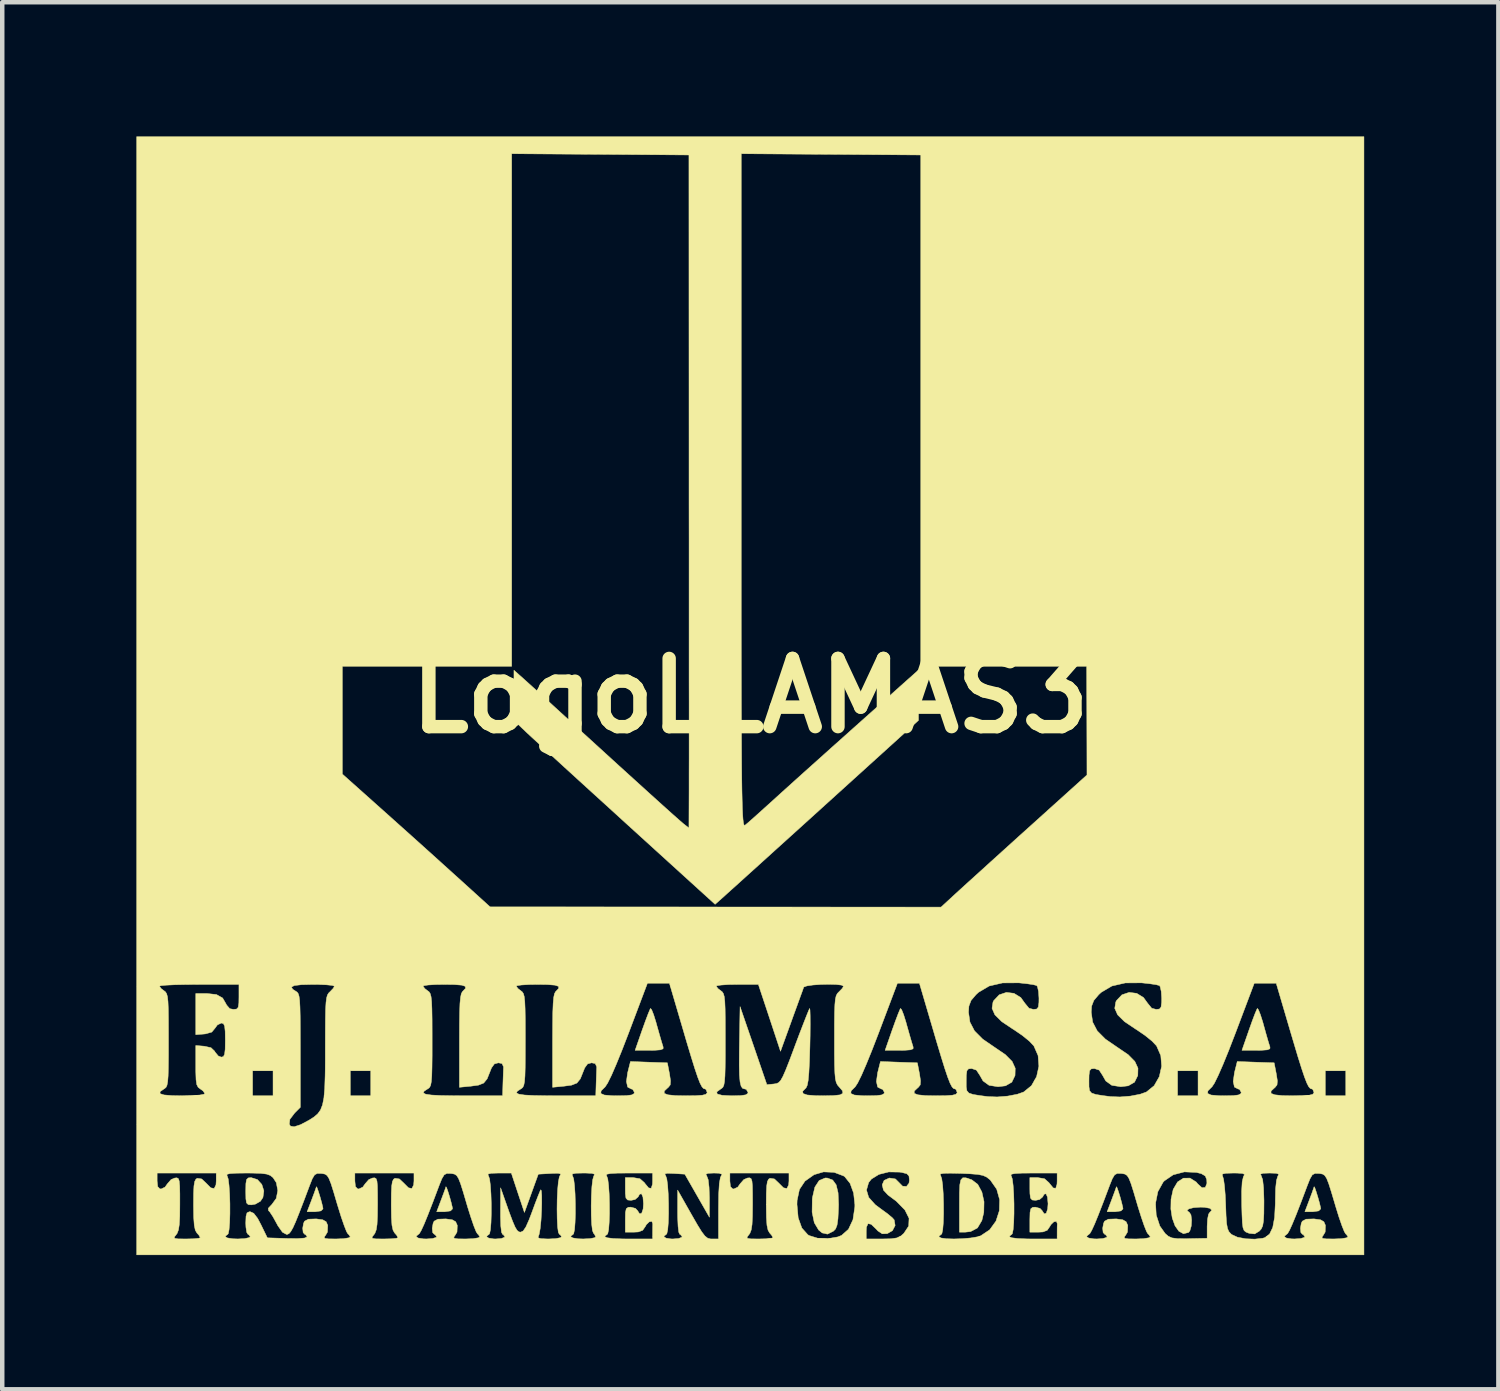
<source format=kicad_pcb>
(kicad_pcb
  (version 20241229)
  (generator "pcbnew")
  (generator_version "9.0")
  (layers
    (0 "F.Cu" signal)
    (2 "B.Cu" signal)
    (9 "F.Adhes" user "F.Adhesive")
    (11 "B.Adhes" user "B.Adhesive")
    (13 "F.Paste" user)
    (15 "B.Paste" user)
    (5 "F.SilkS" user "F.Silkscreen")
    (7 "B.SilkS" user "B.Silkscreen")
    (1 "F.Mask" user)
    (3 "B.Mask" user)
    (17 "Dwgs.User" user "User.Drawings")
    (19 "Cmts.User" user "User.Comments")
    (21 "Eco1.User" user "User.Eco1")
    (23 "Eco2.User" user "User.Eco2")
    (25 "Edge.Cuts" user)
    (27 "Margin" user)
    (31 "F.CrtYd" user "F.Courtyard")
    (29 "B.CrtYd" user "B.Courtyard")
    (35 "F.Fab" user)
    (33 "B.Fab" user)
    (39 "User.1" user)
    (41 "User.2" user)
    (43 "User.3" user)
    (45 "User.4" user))
  (footprint "LogoLLAMAS3"
    (layer "F.Cu")
    (at 13.721 12.502)
    (property "Reference" "LogoLLAMAS3" (at 0 0 0) (layer "F.SilkS") (effects (font (size 1.524 1.524) (thickness 0.3))))
    (attr through_hole)
    (fp_poly (pts (xy -9.685 10.993) (xy -9.654 11.081) (xy -9.616 11.204) (xy -9.58 11.332) (xy -9.556 11.433) (xy -9.551 11.468) (xy -9.597 11.514) (xy -9.721 11.532) (xy -9.728 11.532) (xy -9.906 11.532) (xy -9.804 11.265) (xy -9.748 11.115) (xy -9.71 11.007) (xy -9.699 10.973) (xy -9.685 10.993)) (stroke (width 0.01) (type solid)) (fill yes) (layer "F.SilkS"))
    (fp_poly (pts (xy -6.789 10.993) (xy -6.758 11.081) (xy -6.72 11.204) (xy -6.685 11.332) (xy -6.661 11.433) (xy -6.656 11.468) (xy -6.701 11.514) (xy -6.826 11.532) (xy -6.832 11.532) (xy -7.01 11.532) (xy -6.909 11.265) (xy -6.853 11.115) (xy -6.814 11.007) (xy -6.804 10.973) (xy -6.789 10.993)) (stroke (width 0.01) (type solid)) (fill yes) (layer "F.SilkS"))
    (fp_poly (pts (xy 8.197 10.993) (xy 8.228 11.081) (xy 8.266 11.204) (xy 8.301 11.332) (xy 8.325 11.433) (xy 8.33 11.468) (xy 8.285 11.514) (xy 8.16 11.532) (xy 8.154 11.532) (xy 7.976 11.532) (xy 8.077 11.265) (xy 8.133 11.115) (xy 8.172 11.007) (xy 8.182 10.973) (xy 8.197 10.993)) (stroke (width 0.01) (type solid)) (fill yes) (layer "F.SilkS"))
    (fp_poly (pts (xy 12.616 10.993) (xy 12.647 11.081) (xy 12.685 11.204) (xy 12.721 11.332) (xy 12.745 11.433) (xy 12.75 11.468) (xy 12.704 11.514) (xy 12.58 11.532) (xy 12.573 11.532) (xy 12.396 11.532) (xy 12.497 11.265) (xy 12.553 11.115) (xy 12.591 11.007) (xy 12.602 10.973) (xy 12.616 10.993)) (stroke (width 0.01) (type solid)) (fill yes) (layer "F.SilkS"))
    (fp_poly (pts (xy -11.018 10.813) (xy -10.919 10.922) (xy -10.873 11.067) (xy -10.894 11.214) (xy -10.951 11.299) (xy -11.064 11.363) (xy -11.154 11.379) (xy -11.223 11.372) (xy -11.26 11.336) (xy -11.275 11.245) (xy -11.278 11.078) (xy -11.278 11.074) (xy -11.275 10.905) (xy -11.26 10.814) (xy -11.223 10.777) (xy -11.158 10.77) (xy -11.018 10.813)) (stroke (width 0.01) (type solid)) (fill yes) (layer "F.SilkS"))
    (fp_poly (pts (xy 4.82 10.775) (xy 4.925 10.81) (xy 4.952 10.82) (xy 5.084 10.921) (xy 5.176 11.092) (xy 5.224 11.309) (xy 5.219 11.546) (xy 5.176 11.728) (xy 5.078 11.894) (xy 4.924 11.976) (xy 4.804 11.989) (xy 4.674 11.989) (xy 4.674 11.379) (xy 4.675 11.11) (xy 4.683 10.928) (xy 4.706 10.821) (xy 4.749 10.774) (xy 4.82 10.775)) (stroke (width 0.01) (type solid)) (fill yes) (layer "F.SilkS"))
    (fp_poly (pts (xy -2.204 7.02) (xy -2.161 7.129) (xy -2.109 7.295) (xy -2.089 7.368) (xy -2.033 7.566) (xy -1.985 7.732) (xy -1.953 7.836) (xy -1.948 7.851) (xy -1.95 7.891) (xy -2.009 7.914) (xy -2.141 7.924) (xy -2.247 7.925) (xy -2.575 7.925) (xy -2.417 7.471) (xy -2.345 7.271) (xy -2.284 7.11) (xy -2.242 7.009) (xy -2.23 6.988) (xy -2.204 7.02)) (stroke (width 0.01) (type solid)) (fill yes) (layer "F.SilkS"))
    (fp_poly (pts (xy 3.384 7.02) (xy 3.427 7.129) (xy 3.479 7.295) (xy 3.499 7.368) (xy 3.555 7.566) (xy 3.603 7.732) (xy 3.635 7.836) (xy 3.64 7.851) (xy 3.638 7.891) (xy 3.579 7.914) (xy 3.447 7.924) (xy 3.341 7.925) (xy 3.013 7.925) (xy 3.171 7.471) (xy 3.243 7.271) (xy 3.304 7.11) (xy 3.346 7.009) (xy 3.358 6.988) (xy 3.384 7.02)) (stroke (width 0.01) (type solid)) (fill yes) (layer "F.SilkS"))
    (fp_poly (pts (xy 11.359 7.02) (xy 11.402 7.129) (xy 11.455 7.295) (xy 11.475 7.368) (xy 11.53 7.566) (xy 11.578 7.732) (xy 11.61 7.836) (xy 11.616 7.851) (xy 11.613 7.891) (xy 11.555 7.914) (xy 11.423 7.924) (xy 11.317 7.925) (xy 10.989 7.925) (xy 11.147 7.471) (xy 11.218 7.271) (xy 11.279 7.11) (xy 11.322 7.009) (xy 11.334 6.988) (xy 11.359 7.02)) (stroke (width 0.01) (type solid)) (fill yes) (layer "F.SilkS"))
    (fp_poly (pts (xy 1.723 10.78) (xy 1.841 10.824) (xy 1.919 10.931) (xy 1.962 11.111) (xy 1.973 11.375) (xy 1.97 11.472) (xy 1.959 11.691) (xy 1.939 11.831) (xy 1.906 11.917) (xy 1.857 11.967) (xy 1.724 12.033) (xy 1.606 12.006) (xy 1.527 11.941) (xy 1.43 11.778) (xy 1.381 11.542) (xy 1.385 11.251) (xy 1.389 11.215) (xy 1.443 10.982) (xy 1.539 10.835) (xy 1.674 10.778) (xy 1.723 10.78)) (stroke (width 0.01) (type solid)) (fill yes) (layer "F.SilkS"))
    (fp_poly (pts (xy 13.716 12.497) (xy -13.716 12.497) (xy -13.716 10.668) (xy -13.259 10.668) (xy -13.259 10.846) (xy -13.246 10.971) (xy -13.199 11.02) (xy -13.169 11.024) (xy -13.082 10.982) (xy -13.03 10.909) (xy -12.947 10.814) (xy -12.865 10.779) (xy -12.817 10.775) (xy -12.784 10.793) (xy -12.765 10.847) (xy -12.755 10.955) (xy -12.751 11.134) (xy -12.751 11.359) (xy -12.753 11.629) (xy -12.763 11.816) (xy -12.782 11.939) (xy -12.812 12.017) (xy -12.835 12.048) (xy -12.875 12.099) (xy -12.866 12.127) (xy -12.792 12.139) (xy -12.636 12.141) (xy -12.606 12.141) (xy -12.443 12.137) (xy -12.33 12.126) (xy -12.294 12.112) (xy -12.306 12.09) (xy -11.735 12.09) (xy -11.689 12.118) (xy -11.57 12.137) (xy -11.455 12.141) (xy -11.302 12.133) (xy -11.201 12.111) (xy -11.176 12.09) (xy -11.215 12.041) (xy -11.227 12.04) (xy -11.256 11.994) (xy -11.274 11.877) (xy -11.278 11.786) (xy -11.272 11.633) (xy -11.249 11.557) (xy -11.199 11.533) (xy -11.178 11.532) (xy -11.1 11.567) (xy -11.013 11.68) (xy -10.937 11.824) (xy -10.795 12.116) (xy -10.351 12.13) (xy -10.116 12.132) (xy -9.965 12.121) (xy -9.907 12.096) (xy -9.906 12.092) (xy -9.943 12.041) (xy -9.957 12.04) (xy -9.995 11.998) (xy -10.005 11.901) (xy -9.986 11.792) (xy -9.964 11.744) (xy -9.878 11.699) (xy -9.71 11.693) (xy -9.7 11.693) (xy -9.556 11.713) (xy -9.481 11.756) (xy -9.446 11.836) (xy -9.452 11.987) (xy -9.49 12.052) (xy -9.524 12.101) (xy -9.51 12.128) (xy -9.429 12.139) (xy -9.265 12.141) (xy -9.253 12.141) (xy -9.09 12.134) (xy -8.977 12.116) (xy -8.941 12.095) (xy -8.98 12.036) (xy -8.992 12.031) (xy -9.024 11.979) (xy -9.076 11.847) (xy -9.143 11.654) (xy -9.216 11.419) (xy -9.236 11.354) (xy -9.314 11.089) (xy -9.372 10.906) (xy -9.418 10.789) (xy -9.46 10.723) (xy -9.506 10.692) (xy -9.565 10.68) (xy -9.587 10.678) (xy -9.678 10.676) (xy -9.739 10.708) (xy -9.791 10.795) (xy -9.847 10.937) (xy -9.98 11.291) (xy -10.084 11.56) (xy -10.163 11.757) (xy -10.224 11.892) (xy -10.272 11.976) (xy -10.311 12.021) (xy -10.347 12.038) (xy -10.366 12.04) (xy -10.457 11.991) (xy -10.56 11.845) (xy -10.59 11.789) (xy -10.67 11.644) (xy -10.739 11.539) (xy -10.77 11.506) (xy -10.775 11.456) (xy -10.7 11.376) (xy -10.695 11.371) (xy -10.596 11.235) (xy -10.562 11.059) (xy -10.595 10.882) (xy -10.668 10.77) (xy -10.729 10.721) (xy -10.812 10.691) (xy -10.938 10.675) (xy -11.132 10.669) (xy -11.262 10.668) (xy -8.839 10.668) (xy -8.839 10.846) (xy -8.826 10.971) (xy -8.779 11.02) (xy -8.75 11.024) (xy -8.662 10.982) (xy -8.61 10.909) (xy -8.527 10.814) (xy -8.445 10.779) (xy -8.397 10.775) (xy -8.365 10.793) (xy -8.345 10.847) (xy -8.335 10.955) (xy -8.332 11.134) (xy -8.331 11.359) (xy -8.334 11.629) (xy -8.343 11.816) (xy -8.362 11.939) (xy -8.392 12.017) (xy -8.415 12.048) (xy -8.455 12.099) (xy -8.446 12.127) (xy -8.372 12.139) (xy -8.216 12.141) (xy -8.187 12.141) (xy -8.024 12.137) (xy -7.91 12.126) (xy -7.874 12.112) (xy -7.886 12.09) (xy -7.468 12.09) (xy -7.422 12.121) (xy -7.307 12.139) (xy -7.239 12.141) (xy -7.103 12.131) (xy -7.021 12.106) (xy -7.01 12.09) (xy -7.049 12.041) (xy -7.061 12.04) (xy -7.1 11.998) (xy -7.11 11.901) (xy -7.09 11.792) (xy -7.068 11.744) (xy -6.983 11.699) (xy -6.814 11.693) (xy -6.804 11.693) (xy -6.66 11.713) (xy -6.586 11.756) (xy -6.55 11.836) (xy -6.556 11.987) (xy -6.594 12.052) (xy -6.629 12.101) (xy -6.614 12.128) (xy -6.533 12.139) (xy -6.369 12.141) (xy -6.358 12.141) (xy -6.195 12.134) (xy -6.082 12.116) (xy -6.045 12.095) (xy -6.048 12.09) (xy -5.893 12.09) (xy -5.848 12.122) (xy -5.735 12.14) (xy -5.69 12.141) (xy -5.562 12.13) (xy -5.492 12.102) (xy -5.486 12.09) (xy -5.525 12.041) (xy -5.537 12.04) (xy -5.561 11.991) (xy -5.577 11.855) (xy -5.584 11.643) (xy -5.584 11.519) (xy -5.581 10.998) (xy -5.483 11.278) (xy -5.385 11.555) (xy -5.312 11.749) (xy -5.257 11.876) (xy -5.213 11.949) (xy -5.173 11.982) (xy -5.133 11.989) (xy -5.077 11.962) (xy -5.017 11.874) (xy -4.944 11.71) (xy -4.881 11.544) (xy -4.807 11.343) (xy -4.742 11.175) (xy -4.697 11.065) (xy -4.685 11.041) (xy -4.671 11.063) (xy -4.663 11.168) (xy -4.662 11.338) (xy -4.666 11.498) (xy -4.678 11.722) (xy -4.697 11.91) (xy -4.72 12.039) (xy -4.735 12.078) (xy -4.744 12.115) (xy -4.683 12.134) (xy -4.538 12.141) (xy -4.502 12.141) (xy -4.347 12.133) (xy -4.243 12.112) (xy -4.216 12.09) (xy -4.013 12.09) (xy -3.967 12.118) (xy -3.849 12.137) (xy -3.734 12.141) (xy -3.581 12.133) (xy -3.479 12.113) (xy -3.454 12.093) (xy -3.456 12.09) (xy -3.251 12.09) (xy -3.203 12.114) (xy -3.067 12.131) (xy -2.857 12.14) (xy -2.718 12.141) (xy -2.184 12.141) (xy -2.184 12.09) (xy -1.93 12.09) (xy -1.885 12.122) (xy -1.773 12.14) (xy -1.727 12.141) (xy -1.6 12.13) (xy -1.529 12.102) (xy -1.524 12.09) (xy -1.563 12.041) (xy -1.575 12.04) (xy -1.599 11.991) (xy -1.615 11.857) (xy -1.624 11.65) (xy -1.625 11.544) (xy -1.624 11.049) (xy -1.315 11.595) (xy -1.183 11.825) (xy -1.087 11.98) (xy -1.015 12.074) (xy -0.954 12.123) (xy -0.893 12.14) (xy -0.859 12.141) (xy -0.711 12.141) (xy -0.711 11.466) (xy -0.707 11.136) (xy -0.693 10.904) (xy -0.669 10.767) (xy -0.65 10.729) (xy -0.633 10.691) (xy -0.692 10.672) (xy -0.813 10.668) (xy -0.457 10.668) (xy -0.457 10.846) (xy -0.444 10.971) (xy -0.397 11.02) (xy -0.368 11.024) (xy -0.28 10.982) (xy -0.228 10.909) (xy -0.145 10.814) (xy -0.064 10.779) (xy -0.015 10.775) (xy 0.017 10.793) (xy 0.037 10.847) (xy 0.047 10.955) (xy 0.05 11.134) (xy 0.051 11.359) (xy 0.048 11.629) (xy 0.039 11.816) (xy 0.02 11.939) (xy -0.01 12.017) (xy -0.033 12.048) (xy -0.073 12.099) (xy -0.064 12.127) (xy 0.01 12.139) (xy 0.166 12.141) (xy 0.195 12.141) (xy 0.358 12.137) (xy 0.472 12.126) (xy 0.508 12.112) (xy 0.476 12.057) (xy 0.432 12.007) (xy 0.396 11.945) (xy 0.372 11.834) (xy 0.36 11.656) (xy 0.356 11.396) (xy 0.356 11.374) (xy 0.356 11.368) (xy 1.043 11.368) (xy 1.07 11.668) (xy 1.152 11.897) (xy 1.286 12.047) (xy 1.315 12.065) (xy 1.505 12.124) (xy 1.734 12.134) (xy 1.953 12.096) (xy 2.039 12.062) (xy 2.151 11.963) (xy 2.591 11.963) (xy 2.591 12.141) (xy 2.949 12.141) (xy 3.146 12.137) (xy 3.274 12.118) (xy 3.332 12.09) (xy 4.216 12.09) (xy 4.262 12.119) (xy 4.383 12.136) (xy 4.551 12.141) (xy 4.741 12.135) (xy 4.926 12.119) (xy 5.08 12.093) (xy 5.087 12.09) (xy 5.791 12.09) (xy 5.84 12.114) (xy 5.976 12.131) (xy 6.186 12.14) (xy 6.325 12.141) (xy 6.858 12.141) (xy 6.858 12.09) (xy 7.518 12.09) (xy 7.564 12.121) (xy 7.679 12.139) (xy 7.747 12.141) (xy 7.883 12.131) (xy 7.965 12.106) (xy 7.976 12.09) (xy 7.937 12.041) (xy 7.925 12.04) (xy 7.886 11.998) (xy 7.876 11.901) (xy 7.896 11.792) (xy 7.918 11.744) (xy 8.003 11.699) (xy 8.172 11.693) (xy 8.182 11.693) (xy 8.326 11.713) (xy 8.4 11.756) (xy 8.436 11.836) (xy 8.43 11.987) (xy 8.392 12.052) (xy 8.357 12.101) (xy 8.372 12.128) (xy 8.453 12.139) (xy 8.617 12.141) (xy 8.628 12.141) (xy 8.791 12.134) (xy 8.904 12.116) (xy 8.941 12.095) (xy 8.902 12.036) (xy 8.89 12.031) (xy 8.858 11.979) (xy 8.805 11.847) (xy 8.739 11.654) (xy 8.665 11.419) (xy 8.646 11.354) (xy 8.642 11.341) (xy 9.058 11.341) (xy 9.073 11.606) (xy 9.153 11.851) (xy 9.273 12.02) (xy 9.344 12.081) (xy 9.424 12.117) (xy 9.542 12.133) (xy 9.725 12.135) (xy 9.802 12.134) (xy 10.211 12.126) (xy 10.211 11.857) (xy 10.22 11.7) (xy 10.242 11.589) (xy 10.262 11.557) (xy 10.315 11.499) (xy 10.274 11.456) (xy 10.148 11.433) (xy 10.061 11.43) (xy 9.909 11.441) (xy 9.803 11.468) (xy 9.76 11.503) (xy 9.799 11.538) (xy 9.809 11.542) (xy 9.849 11.601) (xy 9.864 11.718) (xy 9.856 11.851) (xy 9.825 11.959) (xy 9.797 11.995) (xy 9.682 12.024) (xy 9.579 11.968) (xy 9.493 11.846) (xy 9.431 11.674) (xy 9.4 11.471) (xy 9.404 11.253) (xy 9.451 11.038) (xy 9.454 11.03) (xy 9.55 10.867) (xy 9.682 10.782) (xy 9.828 10.781) (xy 9.966 10.868) (xy 10 10.909) (xy 10.095 10.996) (xy 10.17 10.989) (xy 10.206 10.898) (xy 10.202 10.815) (xy 10.169 10.732) (xy 10.151 10.722) (xy 10.549 10.722) (xy 10.556 10.732) (xy 10.578 10.806) (xy 10.599 10.958) (xy 10.616 11.165) (xy 10.625 11.371) (xy 10.634 11.623) (xy 10.646 11.794) (xy 10.666 11.905) (xy 10.696 11.976) (xy 10.742 12.027) (xy 10.763 12.044) (xy 10.889 12.102) (xy 11.074 12.137) (xy 11.276 12.145) (xy 11.454 12.125) (xy 11.504 12.11) (xy 11.529 12.09) (xy 11.938 12.09) (xy 11.983 12.121) (xy 12.098 12.139) (xy 12.167 12.141) (xy 12.303 12.131) (xy 12.385 12.106) (xy 12.395 12.09) (xy 12.357 12.041) (xy 12.344 12.04) (xy 12.306 11.998) (xy 12.296 11.901) (xy 12.315 11.792) (xy 12.338 11.744) (xy 12.423 11.699) (xy 12.591 11.693) (xy 12.601 11.693) (xy 12.746 11.713) (xy 12.82 11.756) (xy 12.855 11.836) (xy 12.849 11.987) (xy 12.811 12.052) (xy 12.777 12.101) (xy 12.792 12.128) (xy 12.872 12.139) (xy 13.037 12.141) (xy 13.048 12.141) (xy 13.211 12.134) (xy 13.324 12.116) (xy 13.36 12.095) (xy 13.321 12.036) (xy 13.31 12.031) (xy 13.278 11.979) (xy 13.225 11.847) (xy 13.158 11.654) (xy 13.085 11.419) (xy 13.066 11.354) (xy 12.987 11.089) (xy 12.929 10.906) (xy 12.883 10.789) (xy 12.841 10.723) (xy 12.795 10.692) (xy 12.736 10.68) (xy 12.715 10.678) (xy 12.623 10.676) (xy 12.562 10.708) (xy 12.511 10.795) (xy 12.454 10.937) (xy 12.312 11.314) (xy 12.2 11.602) (xy 12.114 11.81) (xy 12.052 11.947) (xy 12.009 12.021) (xy 11.985 12.04) (xy 11.939 12.078) (xy 11.938 12.09) (xy 11.529 12.09) (xy 11.606 12.032) (xy 11.677 11.885) (xy 11.719 11.658) (xy 11.735 11.343) (xy 11.735 11.29) (xy 11.741 11.018) (xy 11.761 10.83) (xy 11.792 10.733) (xy 11.796 10.729) (xy 11.811 10.692) (xy 11.753 10.673) (xy 11.608 10.668) (xy 11.608 10.668) (xy 11.462 10.673) (xy 11.404 10.692) (xy 11.42 10.729) (xy 11.42 10.729) (xy 11.452 10.816) (xy 11.472 11) (xy 11.481 11.275) (xy 11.481 11.331) (xy 11.479 11.577) (xy 11.47 11.742) (xy 11.452 11.849) (xy 11.42 11.918) (xy 11.378 11.965) (xy 11.274 12.028) (xy 11.154 12.016) (xy 11.136 12.01) (xy 11.077 11.986) (xy 11.037 11.952) (xy 11.012 11.888) (xy 10.998 11.777) (xy 10.99 11.598) (xy 10.984 11.385) (xy 10.982 11.076) (xy 10.994 10.864) (xy 11.021 10.75) (xy 11.028 10.739) (xy 11.046 10.699) (xy 11.004 10.677) (xy 10.885 10.669) (xy 10.795 10.668) (xy 10.631 10.673) (xy 10.554 10.689) (xy 10.549 10.722) (xy 10.151 10.722) (xy 10.08 10.681) (xy 9.972 10.654) (xy 9.701 10.642) (xy 9.453 10.707) (xy 9.255 10.842) (xy 9.227 10.872) (xy 9.109 11.085) (xy 9.058 11.341) (xy 8.642 11.341) (xy 8.568 11.089) (xy 8.51 10.906) (xy 8.464 10.789) (xy 8.422 10.723) (xy 8.375 10.692) (xy 8.316 10.68) (xy 8.295 10.678) (xy 8.203 10.676) (xy 8.143 10.708) (xy 8.091 10.795) (xy 8.034 10.937) (xy 7.892 11.314) (xy 7.78 11.602) (xy 7.695 11.81) (xy 7.632 11.947) (xy 7.589 12.021) (xy 7.566 12.04) (xy 7.52 12.078) (xy 7.518 12.09) (xy 6.858 12.09) (xy 6.858 11.989) (xy 6.859 11.868) (xy 6.862 11.8) (xy 6.842 11.747) (xy 6.784 11.758) (xy 6.719 11.821) (xy 6.698 11.858) (xy 6.637 11.947) (xy 6.541 11.984) (xy 6.443 11.989) (xy 6.248 11.989) (xy 6.248 11.709) (xy 6.252 11.549) (xy 6.27 11.466) (xy 6.312 11.434) (xy 6.37 11.43) (xy 6.475 11.458) (xy 6.521 11.506) (xy 6.57 11.581) (xy 6.615 11.565) (xy 6.646 11.471) (xy 6.655 11.354) (xy 6.642 11.205) (xy 6.61 11.131) (xy 6.567 11.141) (xy 6.535 11.201) (xy 6.467 11.259) (xy 6.377 11.278) (xy 6.301 11.27) (xy 6.263 11.228) (xy 6.25 11.127) (xy 6.248 11.024) (xy 6.248 10.77) (xy 6.425 10.77) (xy 6.576 10.795) (xy 6.676 10.884) (xy 6.685 10.897) (xy 6.771 11.001) (xy 6.827 11.008) (xy 6.855 10.918) (xy 6.858 10.846) (xy 6.858 10.668) (xy 6.314 10.668) (xy 6.07 10.67) (xy 5.914 10.679) (xy 5.836 10.694) (xy 5.824 10.719) (xy 5.832 10.729) (xy 5.856 10.8) (xy 5.874 10.942) (xy 5.887 11.134) (xy 5.894 11.352) (xy 5.894 11.573) (xy 5.888 11.774) (xy 5.875 11.933) (xy 5.856 12.025) (xy 5.842 12.04) (xy 5.793 12.078) (xy 5.791 12.09) (xy 5.087 12.09) (xy 5.149 12.071) (xy 5.35 11.937) (xy 5.491 11.742) (xy 5.566 11.51) (xy 5.573 11.264) (xy 5.507 11.028) (xy 5.365 10.825) (xy 5.354 10.815) (xy 5.284 10.759) (xy 5.203 10.722) (xy 5.088 10.699) (xy 4.914 10.685) (xy 4.708 10.676) (xy 4.473 10.671) (xy 4.327 10.674) (xy 4.254 10.686) (xy 4.243 10.71) (xy 4.255 10.725) (xy 4.279 10.797) (xy 4.299 10.94) (xy 4.312 11.133) (xy 4.319 11.351) (xy 4.32 11.573) (xy 4.314 11.774) (xy 4.301 11.933) (xy 4.281 12.025) (xy 4.267 12.04) (xy 4.218 12.078) (xy 4.216 12.09) (xy 3.332 12.09) (xy 3.363 12.076) (xy 3.431 12.017) (xy 3.54 11.853) (xy 3.548 11.679) (xy 3.456 11.494) (xy 3.263 11.297) (xy 3.078 11.159) (xy 2.976 11.049) (xy 2.948 10.931) (xy 2.991 10.832) (xy 3.105 10.78) (xy 3.109 10.779) (xy 3.244 10.8) (xy 3.312 10.868) (xy 3.403 10.961) (xy 3.49 10.968) (xy 3.547 10.895) (xy 3.556 10.826) (xy 3.546 10.733) (xy 3.498 10.683) (xy 3.384 10.654) (xy 3.337 10.647) (xy 3.094 10.643) (xy 2.875 10.698) (xy 2.707 10.802) (xy 2.645 10.88) (xy 2.597 11.048) (xy 2.646 11.212) (xy 2.793 11.376) (xy 2.922 11.472) (xy 3.065 11.576) (xy 3.174 11.667) (xy 3.216 11.715) (xy 3.237 11.84) (xy 3.177 11.955) (xy 3.061 12.022) (xy 2.949 12.026) (xy 2.851 11.961) (xy 2.813 11.92) (xy 2.702 11.813) (xy 2.631 11.799) (xy 2.596 11.878) (xy 2.591 11.963) (xy 2.151 11.963) (xy 2.194 11.925) (xy 2.294 11.711) (xy 2.336 11.428) (xy 2.337 11.376) (xy 2.309 11.116) (xy 2.23 10.899) (xy 2.112 10.751) (xy 2.085 10.732) (xy 1.873 10.652) (xy 1.636 10.642) (xy 1.426 10.704) (xy 1.221 10.849) (xy 1.098 11.034) (xy 1.046 11.279) (xy 1.043 11.368) (xy 0.356 11.368) (xy 0.358 11.124) (xy 0.366 10.957) (xy 0.382 10.857) (xy 0.41 10.804) (xy 0.44 10.785) (xy 0.539 10.8) (xy 0.632 10.888) (xy 0.742 10.998) (xy 0.817 11.013) (xy 0.857 10.933) (xy 0.864 10.846) (xy 0.864 10.668) (xy -0.457 10.668) (xy -0.813 10.668) (xy -0.947 10.674) (xy -0.994 10.695) (xy -0.975 10.729) (xy -0.942 10.815) (xy -0.922 10.987) (xy -0.914 11.222) (xy -0.914 11.655) (xy -1.464 10.693) (xy -1.71 10.678) (xy -1.853 10.673) (xy -1.91 10.686) (xy -1.897 10.721) (xy -1.892 10.726) (xy -1.867 10.797) (xy -1.848 10.941) (xy -1.835 11.133) (xy -1.828 11.351) (xy -1.827 11.573) (xy -1.833 11.774) (xy -1.846 11.932) (xy -1.866 12.025) (xy -1.88 12.04) (xy -1.929 12.078) (xy -1.93 12.09) (xy -2.184 12.09) (xy -2.184 11.989) (xy -2.183 11.868) (xy -2.181 11.8) (xy -2.201 11.747) (xy -2.259 11.758) (xy -2.324 11.821) (xy -2.344 11.858) (xy -2.405 11.947) (xy -2.502 11.984) (xy -2.599 11.989) (xy -2.794 11.989) (xy -2.794 11.709) (xy -2.791 11.549) (xy -2.773 11.466) (xy -2.73 11.434) (xy -2.672 11.43) (xy -2.567 11.458) (xy -2.522 11.506) (xy -2.473 11.581) (xy -2.428 11.565) (xy -2.396 11.471) (xy -2.388 11.354) (xy -2.4 11.205) (xy -2.432 11.131) (xy -2.475 11.141) (xy -2.508 11.201) (xy -2.575 11.259) (xy -2.665 11.278) (xy -2.742 11.27) (xy -2.78 11.228) (xy -2.793 11.127) (xy -2.794 11.024) (xy -2.794 10.77) (xy -2.617 10.77) (xy -2.467 10.795) (xy -2.366 10.884) (xy -2.358 10.897) (xy -2.272 11.001) (xy -2.215 11.008) (xy -2.187 10.918) (xy -2.184 10.846) (xy -2.184 10.668) (xy -2.728 10.668) (xy -2.973 10.67) (xy -3.128 10.679) (xy -3.206 10.694) (xy -3.218 10.719) (xy -3.211 10.729) (xy -3.186 10.8) (xy -3.168 10.942) (xy -3.155 11.134) (xy -3.149 11.352) (xy -3.148 11.573) (xy -3.155 11.774) (xy -3.167 11.933) (xy -3.187 12.025) (xy -3.2 12.04) (xy -3.25 12.078) (xy -3.251 12.09) (xy -3.456 12.09) (xy -3.491 12.025) (xy -3.505 12.014) (xy -3.529 11.95) (xy -3.546 11.81) (xy -3.555 11.618) (xy -3.557 11.397) (xy -3.552 11.174) (xy -3.541 10.973) (xy -3.523 10.818) (xy -3.499 10.733) (xy -3.495 10.729) (xy -3.482 10.694) (xy -3.539 10.675) (xy -3.68 10.668) (xy -3.734 10.668) (xy -3.9 10.672) (xy -3.978 10.688) (xy -3.982 10.718) (xy -3.973 10.729) (xy -3.948 10.8) (xy -3.93 10.942) (xy -3.917 11.134) (xy -3.911 11.352) (xy -3.91 11.573) (xy -3.917 11.774) (xy -3.929 11.933) (xy -3.949 12.025) (xy -3.962 12.04) (xy -4.012 12.078) (xy -4.013 12.09) (xy -4.216 12.09) (xy -4.255 12.041) (xy -4.267 12.04) (xy -4.291 11.993) (xy -4.308 11.868) (xy -4.317 11.687) (xy -4.32 11.474) (xy -4.317 11.251) (xy -4.307 11.042) (xy -4.291 10.869) (xy -4.269 10.755) (xy -4.255 10.726) (xy -4.236 10.69) (xy -4.285 10.674) (xy -4.416 10.675) (xy -4.465 10.678) (xy -4.739 10.693) (xy -4.894 11.121) (xy -5.049 11.549) (xy -5.196 11.109) (xy -5.342 10.668) (xy -5.628 10.668) (xy -5.788 10.673) (xy -5.861 10.689) (xy -5.86 10.721) (xy -5.852 10.729) (xy -5.828 10.8) (xy -5.81 10.942) (xy -5.797 11.134) (xy -5.79 11.352) (xy -5.79 11.573) (xy -5.796 11.774) (xy -5.809 11.933) (xy -5.828 12.025) (xy -5.842 12.04) (xy -5.891 12.078) (xy -5.893 12.09) (xy -6.048 12.09) (xy -6.084 12.036) (xy -6.096 12.031) (xy -6.128 11.979) (xy -6.181 11.847) (xy -6.247 11.654) (xy -6.321 11.419) (xy -6.34 11.354) (xy -6.418 11.089) (xy -6.476 10.906) (xy -6.522 10.789) (xy -6.564 10.723) (xy -6.611 10.692) (xy -6.67 10.68) (xy -6.691 10.678) (xy -6.783 10.676) (xy -6.843 10.708) (xy -6.895 10.795) (xy -6.952 10.937) (xy -7.094 11.314) (xy -7.206 11.602) (xy -7.291 11.81) (xy -7.354 11.947) (xy -7.397 12.021) (xy -7.42 12.04) (xy -7.466 12.078) (xy -7.468 12.09) (xy -7.886 12.09) (xy -7.906 12.057) (xy -7.95 12.007) (xy -7.986 11.945) (xy -8.01 11.834) (xy -8.022 11.656) (xy -8.026 11.396) (xy -8.026 11.374) (xy -8.024 11.124) (xy -8.016 10.957) (xy -8 10.857) (xy -7.972 10.804) (xy -7.942 10.785) (xy -7.843 10.8) (xy -7.75 10.888) (xy -7.64 10.998) (xy -7.565 11.013) (xy -7.525 10.933) (xy -7.518 10.846) (xy -7.518 10.668) (xy -8.839 10.668) (xy -11.262 10.668) (xy -11.493 10.671) (xy -11.634 10.68) (xy -11.698 10.697) (xy -11.698 10.725) (xy -11.694 10.729) (xy -11.67 10.8) (xy -11.652 10.942) (xy -11.639 11.134) (xy -11.632 11.352) (xy -11.632 11.573) (xy -11.638 11.774) (xy -11.651 11.933) (xy -11.67 12.025) (xy -11.684 12.04) (xy -11.733 12.078) (xy -11.735 12.09) (xy -12.306 12.09) (xy -12.325 12.057) (xy -12.37 12.007) (xy -12.406 11.945) (xy -12.429 11.834) (xy -12.442 11.656) (xy -12.446 11.396) (xy -12.446 11.374) (xy -12.444 11.124) (xy -12.436 10.957) (xy -12.419 10.857) (xy -12.391 10.804) (xy -12.362 10.785) (xy -12.263 10.8) (xy -12.169 10.888) (xy -12.06 10.998) (xy -11.984 11.013) (xy -11.944 10.933) (xy -11.938 10.846) (xy -11.938 10.668) (xy -13.259 10.668) (xy -13.716 10.668) (xy -13.716 9.578) (xy -10.305 9.578) (xy -10.278 9.619) (xy -10.196 9.633) (xy -10.051 9.586) (xy -9.863 9.486) (xy -9.755 9.417) (xy -9.67 9.345) (xy -9.607 9.258) (xy -9.562 9.143) (xy -9.531 8.987) (xy -9.513 8.777) (xy -9.504 8.498) (xy -9.502 8.382) (xy -8.941 8.382) (xy -8.941 8.941) (xy -8.484 8.941) (xy -8.484 8.382) (xy -8.941 8.382) (xy -9.502 8.382) (xy -9.5 8.14) (xy -9.5 7.886) (xy -9.499 7.509) (xy -9.497 7.22) (xy -9.493 7.007) (xy -9.484 6.856) (xy -9.471 6.754) (xy -9.452 6.688) (xy -9.427 6.646) (xy -9.398 6.618) (xy -9.322 6.539) (xy -9.296 6.491) (xy -9.299 6.49) (xy -7.315 6.49) (xy -7.277 6.544) (xy -7.214 6.592) (xy -7.179 6.619) (xy -7.154 6.659) (xy -7.136 6.726) (xy -7.124 6.835) (xy -7.117 6.999) (xy -7.113 7.231) (xy -7.112 7.545) (xy -7.112 7.695) (xy -7.112 8.045) (xy -7.115 8.308) (xy -7.12 8.496) (xy -7.13 8.624) (xy -7.145 8.705) (xy -7.168 8.752) (xy -7.198 8.779) (xy -7.214 8.788) (xy -7.292 8.839) (xy -7.308 8.877) (xy -7.257 8.905) (xy -7.129 8.924) (xy -6.918 8.935) (xy -6.617 8.94) (xy -6.426 8.941) (xy -5.537 8.941) (xy -5.529 8.661) (xy -5.523 8.488) (xy -5.518 8.346) (xy -5.516 8.293) (xy -5.55 8.22) (xy -5.631 8.204) (xy -5.72 8.228) (xy -5.784 8.316) (xy -5.818 8.401) (xy -5.883 8.563) (xy -5.959 8.656) (xy -6.076 8.703) (xy -6.245 8.726) (xy -6.502 8.751) (xy -6.502 7.709) (xy -6.501 7.347) (xy -6.497 7.074) (xy -6.49 6.877) (xy -6.477 6.743) (xy -6.46 6.659) (xy -6.435 6.613) (xy -6.426 6.604) (xy -6.365 6.539) (xy -6.37 6.495) (xy -6.385 6.49) (xy -5.232 6.49) (xy -5.194 6.544) (xy -5.131 6.592) (xy -5.097 6.619) (xy -5.071 6.659) (xy -5.053 6.726) (xy -5.041 6.835) (xy -5.034 6.999) (xy -5.03 7.231) (xy -5.029 7.545) (xy -5.029 7.695) (xy -5.03 8.045) (xy -5.032 8.308) (xy -5.037 8.496) (xy -5.047 8.624) (xy -5.063 8.705) (xy -5.085 8.752) (xy -5.115 8.779) (xy -5.131 8.788) (xy -5.209 8.839) (xy -5.226 8.877) (xy -5.174 8.905) (xy -5.046 8.924) (xy -4.835 8.935) (xy -4.534 8.94) (xy -4.343 8.941) (xy -3.454 8.941) (xy -3.453 8.889) (xy -3.342 8.889) (xy -3.263 8.924) (xy -3.093 8.939) (xy -2.972 8.941) (xy -2.771 8.937) (xy -2.653 8.922) (xy -2.6 8.894) (xy -2.591 8.865) (xy -2.629 8.797) (xy -2.662 8.788) (xy -2.742 8.746) (xy -2.769 8.622) (xy -2.742 8.424) (xy -2.736 8.402) (xy -2.679 8.175) (xy -2.267 8.19) (xy -1.854 8.204) (xy -1.806 8.452) (xy -1.783 8.608) (xy -1.79 8.698) (xy -1.834 8.754) (xy -1.845 8.762) (xy -1.923 8.835) (xy -1.924 8.887) (xy -1.842 8.919) (xy -1.67 8.937) (xy -1.448 8.941) (xy -1.218 8.938) (xy -1.072 8.928) (xy -0.994 8.908) (xy -0.966 8.876) (xy -0.965 8.865) (xy -0.992 8.797) (xy -1.014 8.788) (xy -1.048 8.777) (xy -1.083 8.736) (xy -1.125 8.655) (xy -1.176 8.524) (xy -1.241 8.331) (xy -1.323 8.067) (xy -1.427 7.722) (xy -1.491 7.503) (xy -1.789 6.49) (xy -0.762 6.49) (xy -0.724 6.544) (xy -0.66 6.592) (xy -0.626 6.619) (xy -0.601 6.659) (xy -0.582 6.726) (xy -0.57 6.835) (xy -0.563 6.999) (xy -0.56 7.231) (xy -0.559 7.545) (xy -0.559 7.695) (xy -0.559 8.045) (xy -0.562 8.308) (xy -0.567 8.496) (xy -0.577 8.624) (xy -0.592 8.705) (xy -0.614 8.752) (xy -0.645 8.779) (xy -0.66 8.788) (xy -0.75 8.854) (xy -0.74 8.901) (xy -0.63 8.93) (xy -0.422 8.941) (xy -0.406 8.941) (xy -0.213 8.936) (xy -0.103 8.92) (xy -0.056 8.888) (xy -0.051 8.865) (xy -0.091 8.797) (xy -0.126 8.788) (xy -0.172 8.775) (xy -0.206 8.727) (xy -0.229 8.632) (xy -0.243 8.478) (xy -0.248 8.253) (xy -0.246 7.945) (xy -0.243 7.754) (xy -0.229 6.948) (xy 0.071 7.82) (xy 0.37 8.692) (xy 0.528 8.677) (xy 0.586 8.668) (xy 0.634 8.646) (xy 0.68 8.596) (xy 0.73 8.506) (xy 0.793 8.362) (xy 0.876 8.151) (xy 0.986 7.858) (xy 0.993 7.838) (xy 1.095 7.567) (xy 1.186 7.331) (xy 1.259 7.145) (xy 1.308 7.025) (xy 1.327 6.988) (xy 1.334 7.027) (xy 1.338 7.152) (xy 1.339 7.347) (xy 1.337 7.597) (xy 1.332 7.837) (xy 1.322 8.177) (xy 1.309 8.427) (xy 1.293 8.6) (xy 1.272 8.708) (xy 1.246 8.763) (xy 1.24 8.769) (xy 1.17 8.841) (xy 1.179 8.891) (xy 1.272 8.923) (xy 1.456 8.938) (xy 1.626 8.941) (xy 1.862 8.936) (xy 2.007 8.92) (xy 2.062 8.889) (xy 2.246 8.889) (xy 2.325 8.924) (xy 2.495 8.939) (xy 2.616 8.941) (xy 2.817 8.937) (xy 2.935 8.922) (xy 2.988 8.894) (xy 2.997 8.865) (xy 2.959 8.797) (xy 2.926 8.788) (xy 2.846 8.746) (xy 2.819 8.622) (xy 2.846 8.424) (xy 2.852 8.402) (xy 2.909 8.175) (xy 3.321 8.19) (xy 3.734 8.204) (xy 3.782 8.452) (xy 3.805 8.608) (xy 3.798 8.698) (xy 3.754 8.754) (xy 3.743 8.762) (xy 3.665 8.835) (xy 3.664 8.887) (xy 3.746 8.919) (xy 3.918 8.937) (xy 4.14 8.941) (xy 4.37 8.938) (xy 4.516 8.928) (xy 4.594 8.908) (xy 4.622 8.876) (xy 4.623 8.865) (xy 4.596 8.797) (xy 4.574 8.788) (xy 4.54 8.777) (xy 4.505 8.736) (xy 4.463 8.655) (xy 4.445 8.608) (xy 4.826 8.608) (xy 4.826 8.741) (xy 4.84 8.827) (xy 4.885 8.88) (xy 4.98 8.912) (xy 5.144 8.938) (xy 5.309 8.959) (xy 5.518 8.967) (xy 5.753 8.948) (xy 5.97 8.906) (xy 6.111 8.856) (xy 6.284 8.715) (xy 6.345 8.608) (xy 7.569 8.608) (xy 7.57 8.741) (xy 7.583 8.827) (xy 7.628 8.88) (xy 7.723 8.912) (xy 7.887 8.938) (xy 8.052 8.959) (xy 8.261 8.967) (xy 8.496 8.948) (xy 8.714 8.906) (xy 8.854 8.856) (xy 9.027 8.715) (xy 9.142 8.513) (xy 9.171 8.382) (xy 9.55 8.382) (xy 9.55 8.941) (xy 10.008 8.941) (xy 10.008 8.889) (xy 10.221 8.889) (xy 10.3 8.924) (xy 10.471 8.939) (xy 10.592 8.941) (xy 10.793 8.937) (xy 10.911 8.922) (xy 10.964 8.894) (xy 10.973 8.865) (xy 10.935 8.797) (xy 10.902 8.788) (xy 10.821 8.746) (xy 10.794 8.622) (xy 10.822 8.424) (xy 10.827 8.402) (xy 10.884 8.175) (xy 11.297 8.19) (xy 11.709 8.204) (xy 11.757 8.452) (xy 11.781 8.608) (xy 11.773 8.698) (xy 11.729 8.754) (xy 11.719 8.762) (xy 11.64 8.835) (xy 11.639 8.887) (xy 11.722 8.919) (xy 11.894 8.937) (xy 12.116 8.941) (xy 12.346 8.938) (xy 12.491 8.928) (xy 12.57 8.908) (xy 12.597 8.876) (xy 12.598 8.865) (xy 12.572 8.797) (xy 12.549 8.788) (xy 12.516 8.777) (xy 12.48 8.736) (xy 12.439 8.655) (xy 12.388 8.524) (xy 12.34 8.382) (xy 12.852 8.382) (xy 12.852 8.941) (xy 13.31 8.941) (xy 13.31 8.382) (xy 12.852 8.382) (xy 12.34 8.382) (xy 12.323 8.331) (xy 12.24 8.067) (xy 12.137 7.722) (xy 12.072 7.503) (xy 11.755 6.426) (xy 11.264 6.426) (xy 10.842 7.544) (xy 10.697 7.919) (xy 10.568 8.236) (xy 10.459 8.485) (xy 10.375 8.657) (xy 10.319 8.742) (xy 10.315 8.745) (xy 10.228 8.831) (xy 10.221 8.889) (xy 10.008 8.889) (xy 10.008 8.382) (xy 9.55 8.382) (xy 9.171 8.382) (xy 9.194 8.28) (xy 9.175 8.042) (xy 9.081 7.827) (xy 9.081 7.826) (xy 8.981 7.72) (xy 8.823 7.592) (xy 8.639 7.466) (xy 8.611 7.449) (xy 8.363 7.282) (xy 8.209 7.13) (xy 8.146 6.986) (xy 8.169 6.845) (xy 8.184 6.814) (xy 8.307 6.684) (xy 8.467 6.63) (xy 8.636 6.651) (xy 8.788 6.744) (xy 8.88 6.871) (xy 8.972 6.984) (xy 9.071 7.01) (xy 9.145 7.002) (xy 9.181 6.958) (xy 9.194 6.853) (xy 9.195 6.759) (xy 9.185 6.608) (xy 9.161 6.502) (xy 9.144 6.477) (xy 9.07 6.457) (xy 8.927 6.436) (xy 8.75 6.417) (xy 8.383 6.418) (xy 8.083 6.487) (xy 7.844 6.628) (xy 7.788 6.68) (xy 7.678 6.81) (xy 7.629 6.937) (xy 7.62 7.074) (xy 7.652 7.294) (xy 7.754 7.49) (xy 7.937 7.674) (xy 8.202 7.856) (xy 8.444 8.02) (xy 8.595 8.173) (xy 8.665 8.324) (xy 8.661 8.487) (xy 8.661 8.487) (xy 8.588 8.637) (xy 8.447 8.718) (xy 8.28 8.738) (xy 8.08 8.707) (xy 7.945 8.609) (xy 7.875 8.486) (xy 7.798 8.367) (xy 7.69 8.331) (xy 7.621 8.339) (xy 7.584 8.381) (xy 7.571 8.48) (xy 7.569 8.608) (xy 6.345 8.608) (xy 6.399 8.513) (xy 6.45 8.28) (xy 6.432 8.042) (xy 6.338 7.827) (xy 6.337 7.826) (xy 6.238 7.72) (xy 6.08 7.592) (xy 5.896 7.466) (xy 5.868 7.449) (xy 5.619 7.282) (xy 5.466 7.13) (xy 5.403 6.986) (xy 5.425 6.845) (xy 5.441 6.814) (xy 5.564 6.684) (xy 5.724 6.63) (xy 5.893 6.651) (xy 6.045 6.744) (xy 6.136 6.871) (xy 6.229 6.984) (xy 6.327 7.01) (xy 6.401 7.002) (xy 6.438 6.958) (xy 6.451 6.853) (xy 6.452 6.759) (xy 6.442 6.608) (xy 6.418 6.502) (xy 6.401 6.477) (xy 6.327 6.457) (xy 6.184 6.436) (xy 6.007 6.417) (xy 5.639 6.418) (xy 5.34 6.487) (xy 5.101 6.628) (xy 5.045 6.68) (xy 4.934 6.81) (xy 4.886 6.937) (xy 4.877 7.074) (xy 4.909 7.294) (xy 5.011 7.49) (xy 5.194 7.674) (xy 5.459 7.856) (xy 5.7 8.02) (xy 5.852 8.173) (xy 5.921 8.324) (xy 5.917 8.487) (xy 5.917 8.487) (xy 5.845 8.637) (xy 5.704 8.718) (xy 5.537 8.738) (xy 5.337 8.707) (xy 5.202 8.609) (xy 5.132 8.486) (xy 5.054 8.367) (xy 4.947 8.331) (xy 4.877 8.339) (xy 4.841 8.381) (xy 4.828 8.48) (xy 4.826 8.608) (xy 4.445 8.608) (xy 4.412 8.524) (xy 4.347 8.331) (xy 4.265 8.067) (xy 4.161 7.722) (xy 4.097 7.503) (xy 3.78 6.426) (xy 3.288 6.426) (xy 2.866 7.544) (xy 2.721 7.919) (xy 2.592 8.236) (xy 2.484 8.485) (xy 2.399 8.657) (xy 2.343 8.742) (xy 2.34 8.745) (xy 2.253 8.831) (xy 2.246 8.889) (xy 2.062 8.889) (xy 2.069 8.886) (xy 2.059 8.828) (xy 1.985 8.742) (xy 1.981 8.738) (xy 1.946 8.696) (xy 1.92 8.641) (xy 1.901 8.559) (xy 1.89 8.435) (xy 1.883 8.254) (xy 1.88 8) (xy 1.88 7.67) (xy 1.88 7.333) (xy 1.883 7.082) (xy 1.89 6.904) (xy 1.901 6.783) (xy 1.919 6.705) (xy 1.945 6.655) (xy 1.98 6.618) (xy 1.981 6.618) (xy 2.057 6.539) (xy 2.083 6.491) (xy 2.037 6.467) (xy 1.918 6.453) (xy 1.753 6.449) (xy 1.571 6.453) (xy 1.399 6.465) (xy 1.265 6.485) (xy 1.196 6.51) (xy 1.193 6.515) (xy 1.169 6.584) (xy 1.116 6.729) (xy 1.043 6.931) (xy 0.955 7.172) (xy 0.923 7.262) (xy 0.675 7.946) (xy 0.428 7.199) (xy 0.18 6.452) (xy -0.291 6.452) (xy -0.495 6.455) (xy -0.655 6.466) (xy -0.748 6.481) (xy -0.762 6.49) (xy -1.789 6.49) (xy -1.808 6.426) (xy -2.3 6.426) (xy -2.722 7.544) (xy -2.867 7.919) (xy -2.996 8.236) (xy -3.104 8.485) (xy -3.189 8.657) (xy -3.245 8.742) (xy -3.248 8.745) (xy -3.335 8.831) (xy -3.342 8.889) (xy -3.453 8.889) (xy -3.446 8.661) (xy -3.44 8.488) (xy -3.435 8.346) (xy -3.433 8.293) (xy -3.467 8.22) (xy -3.548 8.204) (xy -3.637 8.228) (xy -3.701 8.316) (xy -3.735 8.401) (xy -3.8 8.563) (xy -3.876 8.656) (xy -3.994 8.703) (xy -4.163 8.726) (xy -4.42 8.751) (xy -4.42 7.709) (xy -4.418 7.347) (xy -4.415 7.074) (xy -4.407 6.877) (xy -4.395 6.743) (xy -4.377 6.659) (xy -4.353 6.613) (xy -4.343 6.604) (xy -4.282 6.539) (xy -4.287 6.495) (xy -4.368 6.468) (xy -4.533 6.455) (xy -4.75 6.452) (xy -4.957 6.455) (xy -5.12 6.465) (xy -5.216 6.48) (xy -5.232 6.49) (xy -6.385 6.49) (xy -6.45 6.468) (xy -6.615 6.455) (xy -6.833 6.452) (xy -7.04 6.455) (xy -7.203 6.465) (xy -7.299 6.48) (xy -7.315 6.49) (xy -9.299 6.49) (xy -9.344 6.474) (xy -9.47 6.461) (xy -9.654 6.453) (xy -9.779 6.452) (xy -10.035 6.458) (xy -10.193 6.477) (xy -10.256 6.511) (xy -10.229 6.56) (xy -10.16 6.604) (xy -10.129 6.625) (xy -10.105 6.658) (xy -10.087 6.716) (xy -10.074 6.811) (xy -10.066 6.955) (xy -10.061 7.161) (xy -10.059 7.44) (xy -10.058 7.804) (xy -10.058 7.929) (xy -10.058 9.199) (xy -10.185 9.326) (xy -10.292 9.467) (xy -10.305 9.578) (xy -13.716 9.578) (xy -13.716 6.49) (xy -13.208 6.49) (xy -13.17 6.544) (xy -13.106 6.592) (xy -13.072 6.619) (xy -13.047 6.659) (xy -13.028 6.726) (xy -13.016 6.835) (xy -13.009 6.999) (xy -13.006 7.231) (xy -13.005 7.545) (xy -13.005 7.695) (xy -13.005 8.045) (xy -13.008 8.308) (xy -13.013 8.496) (xy -13.023 8.624) (xy -13.038 8.705) (xy -13.06 8.752) (xy -13.091 8.779) (xy -13.106 8.788) (xy -13.193 8.849) (xy -13.194 8.893) (xy -13.104 8.922) (xy -12.921 8.937) (xy -12.7 8.941) (xy -12.475 8.936) (xy -12.305 8.924) (xy -12.208 8.905) (xy -12.192 8.892) (xy -12.232 8.832) (xy -12.294 8.788) (xy -12.342 8.751) (xy -12.373 8.69) (xy -12.389 8.582) (xy -12.395 8.406) (xy -12.395 8.382) (xy -11.125 8.382) (xy -11.125 8.941) (xy -10.668 8.941) (xy -10.668 8.382) (xy -11.125 8.382) (xy -12.395 8.382) (xy -12.395 8.276) (xy -12.395 7.817) (xy -12.205 7.833) (xy -12.055 7.866) (xy -11.973 7.944) (xy -11.964 7.963) (xy -11.892 8.051) (xy -11.824 8.077) (xy -11.778 8.065) (xy -11.751 8.013) (xy -11.738 7.902) (xy -11.735 7.711) (xy -11.735 7.696) (xy -11.738 7.5) (xy -11.75 7.384) (xy -11.776 7.33) (xy -11.821 7.315) (xy -11.824 7.315) (xy -11.912 7.357) (xy -11.964 7.429) (xy -12.037 7.517) (xy -12.173 7.556) (xy -12.205 7.56) (xy -12.395 7.575) (xy -12.395 6.655) (xy -12.145 6.655) (xy -11.933 6.678) (xy -11.795 6.755) (xy -11.713 6.897) (xy -11.709 6.909) (xy -11.635 6.994) (xy -11.554 7.01) (xy -11.483 7.003) (xy -11.446 6.963) (xy -11.432 6.866) (xy -11.43 6.731) (xy -11.43 6.452) (xy -12.319 6.452) (xy -12.607 6.454) (xy -12.856 6.459) (xy -13.05 6.468) (xy -13.172 6.479) (xy -13.208 6.49) (xy -13.716 6.49) (xy -13.716 -0.66) (xy -9.119 -0.66) (xy -9.119 1.75) (xy -8.207 2.564) (xy -7.892 2.846) (xy -7.548 3.154) (xy -7.2 3.467) (xy -6.874 3.761) (xy -6.594 4.014) (xy -6.556 4.048) (xy -5.817 4.718) (xy 4.263 4.724) (xy 4.583 4.429) (xy 4.698 4.324) (xy 4.877 4.161) (xy 5.108 3.952) (xy 5.38 3.705) (xy 5.681 3.433) (xy 5.999 3.145) (xy 6.214 2.952) (xy 7.525 1.77) (xy 7.524 1.164) (xy 7.523 0.842) (xy 7.522 0.475) (xy 7.521 0.12) (xy 7.52 -0.051) (xy 7.518 -0.66) (xy 3.81 -0.66) (xy 3.81 -12.088) (xy 1.803 -12.102) (xy -0.203 -12.116) (xy -0.203 -4.578) (xy -0.203 -3.556) (xy -0.203 -2.63) (xy -0.203 -1.796) (xy -0.202 -1.049) (xy -0.201 -0.385) (xy -0.2 0.201) (xy -0.198 0.714) (xy -0.196 1.159) (xy -0.194 1.54) (xy -0.191 1.862) (xy -0.187 2.13) (xy -0.182 2.349) (xy -0.177 2.523) (xy -0.171 2.657) (xy -0.164 2.756) (xy -0.156 2.825) (xy -0.148 2.868) (xy -0.138 2.89) (xy -0.127 2.896) (xy -0.115 2.891) (xy -0.114 2.89) (xy -0.045 2.832) (xy 0.082 2.72) (xy 0.251 2.568) (xy 0.446 2.392) (xy 0.508 2.336) (xy 0.683 2.177) (xy 0.918 1.965) (xy 1.2 1.711) (xy 1.514 1.43) (xy 1.845 1.133) (xy 2.178 0.836) (xy 2.286 0.739) (xy 2.591 0.467) (xy 2.876 0.213) (xy 3.131 -0.015) (xy 3.345 -0.207) (xy 3.51 -0.354) (xy 3.615 -0.447) (xy 3.645 -0.474) (xy 3.759 -0.577) (xy 3.759 0.55) (xy 1.689 2.425) (xy 1.294 2.783) (xy 0.917 3.124) (xy 0.564 3.443) (xy 0.244 3.733) (xy -0.035 3.985) (xy -0.266 4.194) (xy -0.442 4.352) (xy -0.554 4.453) (xy -0.584 4.481) (xy -0.787 4.661) (xy -2.769 2.86) (xy -3.157 2.506) (xy -3.531 2.166) (xy -3.882 1.846) (xy -4.201 1.555) (xy -4.48 1.299) (xy -4.711 1.087) (xy -4.886 0.926) (xy -4.997 0.823) (xy -5.016 0.805) (xy -5.283 0.551) (xy -5.283 -0.571) (xy -5.067 -0.379) (xy -4.944 -0.268) (xy -4.769 -0.11) (xy -4.567 0.074) (xy -4.369 0.255) (xy -3.855 0.725) (xy -3.379 1.159) (xy -2.946 1.554) (xy -2.56 1.904) (xy -2.226 2.207) (xy -1.949 2.457) (xy -1.732 2.652) (xy -1.58 2.786) (xy -1.498 2.857) (xy -1.492 2.862) (xy -1.372 2.955) (xy -1.37 2.392) (xy -1.369 2.097) (xy -1.369 1.751) (xy -1.368 1.404) (xy -1.368 1.194) (xy -1.368 1.062) (xy -1.368 0.836) (xy -1.368 0.523) (xy -1.368 0.128) (xy -1.369 -0.34) (xy -1.369 -0.876) (xy -1.369 -1.471) (xy -1.369 -2.119) (xy -1.369 -2.814) (xy -1.369 -3.547) (xy -1.37 -4.313) (xy -1.37 -5.104) (xy -1.37 -5.765) (xy -1.372 -12.088) (xy -3.353 -12.102) (xy -5.334 -12.116) (xy -5.334 -6.388) (xy -5.334 -0.66) (xy -7.226 -0.66) (xy -9.119 -0.66) (xy -13.716 -0.66) (xy -13.716 -12.497) (xy 13.716 -12.497) (xy 13.716 12.497)) (stroke (width 0.01) (type solid)) (fill yes) (layer "F.SilkS")))
  (gr_rect
    (start -3 -3)
    (end 30.442 28.004)
    (stroke (width 0.1) (type default))
    (fill no)
    (layer "Edge.Cuts")))
</source>
